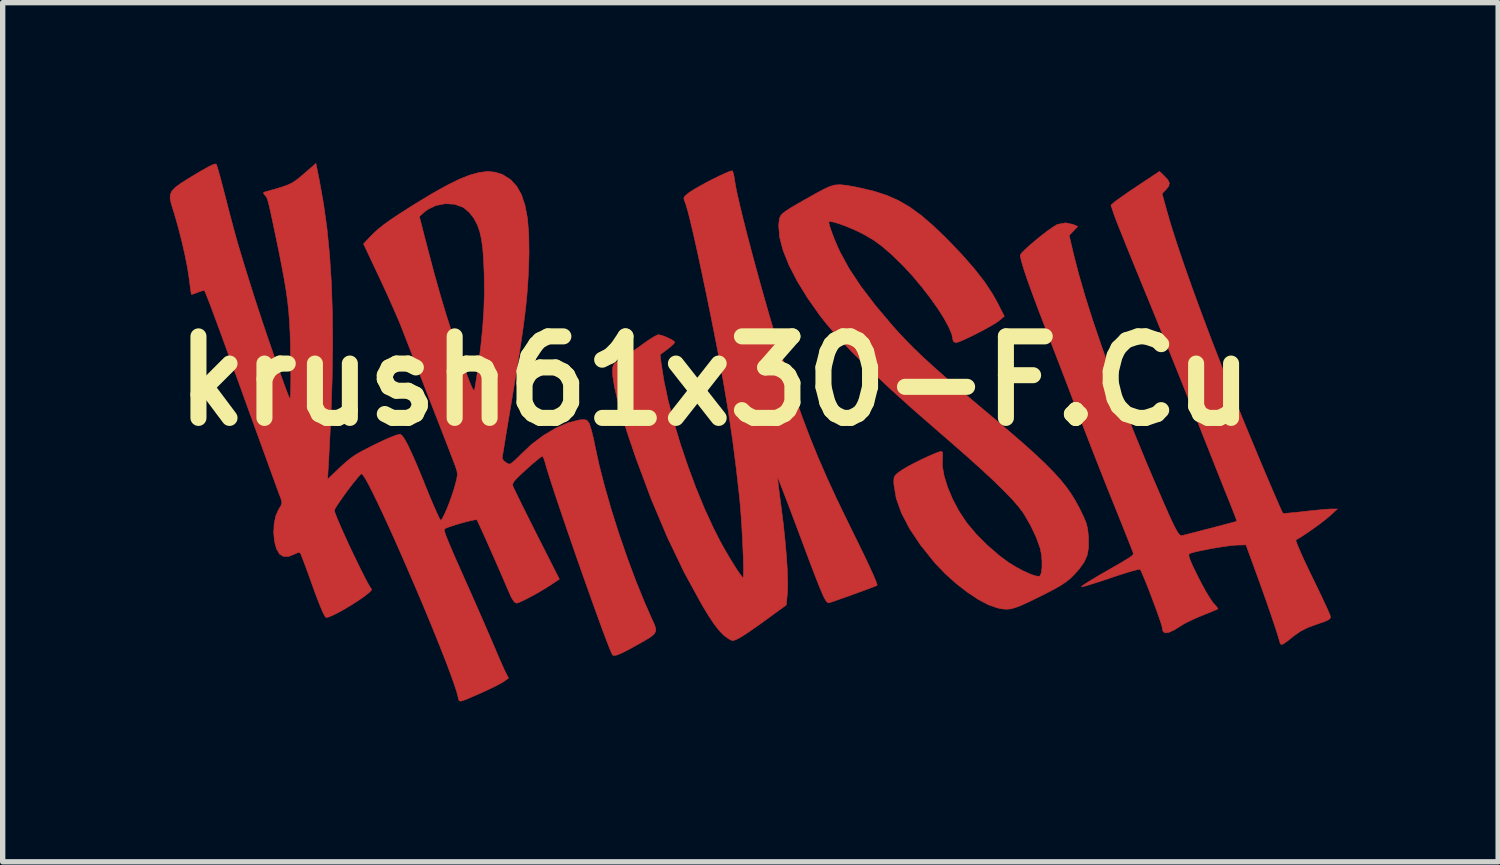
<source format=kicad_pcb>
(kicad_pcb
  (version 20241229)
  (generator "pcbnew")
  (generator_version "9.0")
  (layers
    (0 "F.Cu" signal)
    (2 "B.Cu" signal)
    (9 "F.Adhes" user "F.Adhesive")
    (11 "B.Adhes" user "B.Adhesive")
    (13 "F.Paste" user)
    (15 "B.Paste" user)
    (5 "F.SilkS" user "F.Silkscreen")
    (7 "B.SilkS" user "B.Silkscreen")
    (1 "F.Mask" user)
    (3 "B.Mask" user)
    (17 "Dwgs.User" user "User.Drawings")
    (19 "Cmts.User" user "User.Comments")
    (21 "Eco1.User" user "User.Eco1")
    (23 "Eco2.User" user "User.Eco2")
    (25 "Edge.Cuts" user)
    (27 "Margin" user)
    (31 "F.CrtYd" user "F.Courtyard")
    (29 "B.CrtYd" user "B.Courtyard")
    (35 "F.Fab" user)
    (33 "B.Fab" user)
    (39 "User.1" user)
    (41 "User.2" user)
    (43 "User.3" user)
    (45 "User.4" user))
  (footprint "krush61x30-F.Cu"
    (layer "F.Cu")
    (at 10.312 4.073)
    (property "Reference" "krush61x30-F.Cu" (at 0 0 0) (layer "F.SilkS") (effects (font (size 1.524 1.524) (thickness 0.3))))
    (attr through_hole)
    (fp_poly (pts (xy 0.328 -3.93) (xy 0.344 -3.895) (xy 0.362 -3.818) (xy 0.373 -3.743) (xy 0.392 -3.63) (xy 0.426 -3.467) (xy 0.474 -3.26) (xy 0.533 -3.018) (xy 0.602 -2.747) (xy 0.678 -2.455) (xy 0.761 -2.147) (xy 0.847 -1.833) (xy 0.936 -1.518) (xy 1.024 -1.21) (xy 1.112 -0.916) (xy 1.181 -0.687) (xy 1.337 -0.196) (xy 1.484 0.249) (xy 1.63 0.66) (xy 1.777 1.05) (xy 1.932 1.43) (xy 2.099 1.814) (xy 2.283 2.213) (xy 2.49 2.64) (xy 2.57 2.804) (xy 2.7 3.067) (xy 2.811 3.296) (xy 2.901 3.488) (xy 2.97 3.64) (xy 3.015 3.748) (xy 3.035 3.808) (xy 3.034 3.82) (xy 2.999 3.835) (xy 2.919 3.866) (xy 2.807 3.908) (xy 2.674 3.956) (xy 2.533 4.008) (xy 2.394 4.057) (xy 2.271 4.101) (xy 2.176 4.134) (xy 2.146 4.143) (xy 2.127 4.146) (xy 2.108 4.14) (xy 2.087 4.118) (xy 2.061 4.078) (xy 2.029 4.015) (xy 1.989 3.923) (xy 1.938 3.799) (xy 1.875 3.637) (xy 1.797 3.434) (xy 1.703 3.184) (xy 1.59 2.882) (xy 1.583 2.862) (xy 1.493 2.624) (xy 1.411 2.405) (xy 1.337 2.211) (xy 1.274 2.047) (xy 1.225 1.921) (xy 1.192 1.838) (xy 1.176 1.803) (xy 1.176 1.803) (xy 1.177 1.834) (xy 1.185 1.914) (xy 1.199 2.035) (xy 1.219 2.187) (xy 1.242 2.361) (xy 1.282 2.677) (xy 1.314 2.983) (xy 1.339 3.269) (xy 1.356 3.528) (xy 1.363 3.749) (xy 1.36 3.923) (xy 1.356 3.983) (xy 1.337 4.186) (xy 0.982 4.446) (xy 0.842 4.547) (xy 0.707 4.642) (xy 0.589 4.722) (xy 0.501 4.778) (xy 0.485 4.788) (xy 0.401 4.833) (xy 0.349 4.852) (xy 0.306 4.845) (xy 0.253 4.815) (xy 0.253 4.815) (xy 0.169 4.753) (xy 0.084 4.666) (xy -0.01 4.546) (xy -0.117 4.385) (xy -0.234 4.192) (xy -0.565 3.588) (xy -0.883 2.927) (xy -1.186 2.21) (xy -1.475 1.437) (xy -1.627 0.99) (xy -1.737 0.641) (xy -1.82 0.345) (xy -1.876 0.101) (xy -1.906 -0.089) (xy -1.911 -0.179) (xy -1.908 -0.254) (xy -1.892 -0.304) (xy -1.851 -0.346) (xy -1.772 -0.398) (xy -1.748 -0.412) (xy -1.649 -0.476) (xy -1.524 -0.561) (xy -1.394 -0.653) (xy -1.345 -0.689) (xy -1.238 -0.764) (xy -1.144 -0.824) (xy -1.076 -0.859) (xy -1.053 -0.866) (xy -0.994 -0.854) (xy -0.914 -0.825) (xy -0.834 -0.787) (xy -0.771 -0.751) (xy -0.747 -0.724) (xy -0.769 -0.694) (xy -0.826 -0.641) (xy -0.884 -0.596) (xy -1.021 -0.493) (xy -1.002 -0.329) (xy -0.95 -0.002) (xy -0.872 0.363) (xy -0.769 0.757) (xy -0.646 1.167) (xy -0.506 1.583) (xy -0.354 1.992) (xy -0.193 2.384) (xy -0.026 2.747) (xy 0.095 2.985) (xy 0.174 3.129) (xy 0.258 3.273) (xy 0.34 3.408) (xy 0.414 3.525) (xy 0.475 3.614) (xy 0.516 3.666) (xy 0.529 3.676) (xy 0.536 3.647) (xy 0.538 3.568) (xy 0.537 3.448) (xy 0.533 3.294) (xy 0.526 3.117) (xy 0.517 2.925) (xy 0.506 2.727) (xy 0.493 2.532) (xy 0.479 2.348) (xy 0.464 2.186) (xy 0.462 2.166) (xy 0.401 1.626) (xy 0.333 1.097) (xy 0.254 0.565) (xy 0.162 0.018) (xy 0.057 -0.559) (xy -0.057 -1.138) (xy -0.156 -1.623) (xy -0.246 -2.05) (xy -0.325 -2.418) (xy -0.394 -2.728) (xy -0.453 -2.979) (xy -0.502 -3.172) (xy -0.541 -3.305) (xy -0.57 -3.38) (xy -0.57 -3.382) (xy -0.579 -3.42) (xy -0.554 -3.461) (xy -0.487 -3.517) (xy -0.471 -3.528) (xy -0.394 -3.578) (xy -0.287 -3.64) (xy -0.163 -3.708) (xy -0.033 -3.775) (xy 0.093 -3.837) (xy 0.202 -3.887) (xy 0.283 -3.921) (xy 0.326 -3.931) (xy 0.328 -3.93)) (stroke (width 0.01) (type solid)) (fill yes) (layer "F.Cu"))
    (fp_poly (pts (xy 2.461 -3.658) (xy 2.615 -3.631) (xy 2.698 -3.614) (xy 2.971 -3.55) (xy 3.213 -3.472) (xy 3.435 -3.374) (xy 3.648 -3.25) (xy 3.862 -3.094) (xy 4.087 -2.9) (xy 4.334 -2.662) (xy 4.334 -2.662) (xy 4.615 -2.37) (xy 4.849 -2.103) (xy 5.041 -1.857) (xy 5.195 -1.624) (xy 5.292 -1.449) (xy 5.413 -1.21) (xy 5.317 -1.13) (xy 5.252 -1.084) (xy 5.151 -1.024) (xy 5.028 -0.956) (xy 4.894 -0.886) (xy 4.762 -0.821) (xy 4.645 -0.767) (xy 4.555 -0.73) (xy 4.505 -0.717) (xy 4.46 -0.741) (xy 4.452 -0.773) (xy 4.432 -0.874) (xy 4.375 -1.009) (xy 4.286 -1.172) (xy 4.17 -1.355) (xy 4.031 -1.551) (xy 3.876 -1.752) (xy 3.71 -1.951) (xy 3.536 -2.14) (xy 3.506 -2.171) (xy 3.31 -2.362) (xy 3.135 -2.513) (xy 2.968 -2.636) (xy 2.795 -2.738) (xy 2.704 -2.784) (xy 2.573 -2.844) (xy 2.44 -2.899) (xy 2.317 -2.943) (xy 2.217 -2.973) (xy 2.152 -2.985) (xy 2.134 -2.981) (xy 2.135 -2.945) (xy 2.157 -2.867) (xy 2.195 -2.759) (xy 2.244 -2.633) (xy 2.3 -2.501) (xy 2.343 -2.41) (xy 2.51 -2.103) (xy 2.73 -1.771) (xy 3.003 -1.413) (xy 3.326 -1.03) (xy 3.43 -0.914) (xy 3.567 -0.768) (xy 3.717 -0.616) (xy 3.886 -0.453) (xy 4.08 -0.276) (xy 4.303 -0.078) (xy 4.561 0.144) (xy 4.86 0.396) (xy 4.98 0.497) (xy 5.301 0.767) (xy 5.579 1.004) (xy 5.819 1.213) (xy 6.023 1.398) (xy 6.196 1.563) (xy 6.342 1.712) (xy 6.466 1.85) (xy 6.571 1.98) (xy 6.661 2.107) (xy 6.74 2.236) (xy 6.813 2.369) (xy 6.835 2.413) (xy 6.9 2.549) (xy 6.942 2.652) (xy 6.967 2.745) (xy 6.98 2.848) (xy 6.987 2.942) (xy 6.987 3.115) (xy 6.962 3.257) (xy 6.905 3.386) (xy 6.811 3.517) (xy 6.711 3.627) (xy 6.642 3.694) (xy 6.568 3.754) (xy 6.478 3.814) (xy 6.363 3.881) (xy 6.21 3.961) (xy 6.067 4.033) (xy 5.88 4.124) (xy 5.736 4.19) (xy 5.624 4.234) (xy 5.533 4.259) (xy 5.453 4.266) (xy 5.374 4.26) (xy 5.285 4.242) (xy 5.278 4.24) (xy 5.114 4.182) (xy 4.925 4.082) (xy 4.723 3.948) (xy 4.515 3.787) (xy 4.314 3.607) (xy 4.128 3.414) (xy 4.104 3.386) (xy 3.848 3.067) (xy 3.643 2.76) (xy 3.491 2.469) (xy 3.393 2.195) (xy 3.35 1.94) (xy 3.347 1.875) (xy 3.351 1.812) (xy 3.371 1.766) (xy 3.418 1.721) (xy 3.503 1.662) (xy 3.519 1.652) (xy 3.614 1.596) (xy 3.734 1.532) (xy 3.865 1.467) (xy 3.995 1.407) (xy 4.109 1.357) (xy 4.196 1.325) (xy 4.236 1.315) (xy 4.26 1.335) (xy 4.26 1.401) (xy 4.256 1.427) (xy 4.254 1.586) (xy 4.288 1.777) (xy 4.354 1.99) (xy 4.448 2.212) (xy 4.565 2.432) (xy 4.702 2.639) (xy 4.719 2.662) (xy 4.891 2.866) (xy 5.097 3.072) (xy 5.315 3.261) (xy 5.495 3.394) (xy 5.629 3.476) (xy 5.762 3.548) (xy 5.886 3.604) (xy 5.988 3.641) (xy 6.057 3.652) (xy 6.079 3.645) (xy 6.105 3.587) (xy 6.118 3.487) (xy 6.118 3.364) (xy 6.106 3.234) (xy 6.082 3.121) (xy 6.009 2.92) (xy 5.907 2.704) (xy 5.789 2.499) (xy 5.757 2.45) (xy 5.672 2.339) (xy 5.556 2.206) (xy 5.406 2.051) (xy 5.22 1.869) (xy 4.995 1.66) (xy 4.73 1.421) (xy 4.42 1.15) (xy 4.184 0.945) (xy 3.714 0.536) (xy 3.293 0.157) (xy 2.921 -0.193) (xy 2.597 -0.512) (xy 2.323 -0.8) (xy 2.098 -1.058) (xy 1.966 -1.225) (xy 1.732 -1.557) (xy 1.539 -1.873) (xy 1.387 -2.168) (xy 1.278 -2.441) (xy 1.213 -2.687) (xy 1.195 -2.904) (xy 1.207 -3.023) (xy 1.217 -3.059) (xy 1.235 -3.094) (xy 1.267 -3.13) (xy 1.32 -3.172) (xy 1.4 -3.225) (xy 1.513 -3.292) (xy 1.664 -3.379) (xy 1.861 -3.489) (xy 1.912 -3.518) (xy 2.045 -3.589) (xy 2.151 -3.637) (xy 2.245 -3.664) (xy 2.343 -3.67) (xy 2.461 -3.658)) (stroke (width 0.01) (type solid)) (fill yes) (layer "F.Cu"))
    (fp_poly (pts (xy 8.388 -3.85) (xy 8.467 -3.766) (xy 8.499 -3.701) (xy 8.486 -3.642) (xy 8.442 -3.586) (xy 8.362 -3.503) (xy 8.439 -3.223) (xy 8.525 -2.925) (xy 8.636 -2.577) (xy 8.769 -2.183) (xy 8.923 -1.746) (xy 9.097 -1.272) (xy 9.288 -0.764) (xy 9.497 -0.226) (xy 9.713 0.322) (xy 9.788 0.506) (xy 9.872 0.712) (xy 9.963 0.932) (xy 10.058 1.161) (xy 10.154 1.392) (xy 10.248 1.616) (xy 10.338 1.829) (xy 10.421 2.023) (xy 10.493 2.19) (xy 10.552 2.325) (xy 10.595 2.421) (xy 10.619 2.47) (xy 10.623 2.474) (xy 10.654 2.475) (xy 10.733 2.468) (xy 10.85 2.457) (xy 10.992 2.442) (xy 11.031 2.437) (xy 11.189 2.42) (xy 11.334 2.406) (xy 11.452 2.396) (xy 11.528 2.392) (xy 11.535 2.392) (xy 11.639 2.393) (xy 11.49 2.528) (xy 11.41 2.594) (xy 11.305 2.675) (xy 11.187 2.761) (xy 11.07 2.842) (xy 10.967 2.91) (xy 10.891 2.956) (xy 10.864 2.968) (xy 10.868 2.997) (xy 10.896 3.072) (xy 10.945 3.187) (xy 11.011 3.335) (xy 11.093 3.509) (xy 11.168 3.664) (xy 11.26 3.852) (xy 11.343 4.026) (xy 11.413 4.176) (xy 11.467 4.294) (xy 11.501 4.374) (xy 11.511 4.404) (xy 11.506 4.434) (xy 11.474 4.463) (xy 11.406 4.494) (xy 11.293 4.534) (xy 11.252 4.548) (xy 11.084 4.609) (xy 10.95 4.678) (xy 10.824 4.766) (xy 10.804 4.782) (xy 10.702 4.864) (xy 10.635 4.911) (xy 10.595 4.926) (xy 10.574 4.914) (xy 10.567 4.893) (xy 10.532 4.772) (xy 10.478 4.604) (xy 10.408 4.395) (xy 10.325 4.154) (xy 10.231 3.888) (xy 10.165 3.705) (xy 9.931 3.063) (xy 9.769 3.066) (xy 9.677 3.073) (xy 9.551 3.089) (xy 9.406 3.111) (xy 9.254 3.138) (xy 9.111 3.166) (xy 8.99 3.192) (xy 8.905 3.215) (xy 8.874 3.228) (xy 8.862 3.248) (xy 8.867 3.288) (xy 8.891 3.357) (xy 8.937 3.462) (xy 9.009 3.609) (xy 9.031 3.654) (xy 9.109 3.805) (xy 9.186 3.944) (xy 9.256 4.059) (xy 9.309 4.137) (xy 9.323 4.153) (xy 9.376 4.213) (xy 9.405 4.253) (xy 9.406 4.26) (xy 9.377 4.273) (xy 9.304 4.304) (xy 9.2 4.347) (xy 9.12 4.379) (xy 8.988 4.434) (xy 8.865 4.492) (xy 8.77 4.541) (xy 8.739 4.56) (xy 8.593 4.652) (xy 8.485 4.701) (xy 8.414 4.708) (xy 8.376 4.673) (xy 8.367 4.618) (xy 8.357 4.572) (xy 8.328 4.481) (xy 8.285 4.358) (xy 8.232 4.213) (xy 8.174 4.058) (xy 8.115 3.903) (xy 8.059 3.761) (xy 8.009 3.642) (xy 7.972 3.557) (xy 7.951 3.519) (xy 7.918 3.522) (xy 7.838 3.542) (xy 7.72 3.576) (xy 7.573 3.622) (xy 7.406 3.678) (xy 7.401 3.68) (xy 7.234 3.736) (xy 7.086 3.783) (xy 6.968 3.82) (xy 6.888 3.841) (xy 6.855 3.847) (xy 6.855 3.846) (xy 6.874 3.827) (xy 6.937 3.784) (xy 7.036 3.722) (xy 7.163 3.646) (xy 7.267 3.586) (xy 7.453 3.479) (xy 7.593 3.398) (xy 7.693 3.338) (xy 7.761 3.295) (xy 7.801 3.265) (xy 7.82 3.244) (xy 7.825 3.226) (xy 7.821 3.209) (xy 7.819 3.202) (xy 7.804 3.163) (xy 7.77 3.076) (xy 7.719 2.947) (xy 7.654 2.784) (xy 7.578 2.593) (xy 7.493 2.382) (xy 7.442 2.256) (xy 7.334 1.987) (xy 7.216 1.689) (xy 7.094 1.379) (xy 6.976 1.076) (xy 6.867 0.794) (xy 6.78 0.568) (xy 6.681 0.309) (xy 6.571 0.02) (xy 6.456 -0.28) (xy 6.343 -0.572) (xy 6.241 -0.837) (xy 6.195 -0.956) (xy 6.055 -1.32) (xy 5.939 -1.63) (xy 5.847 -1.885) (xy 5.779 -2.086) (xy 5.735 -2.233) (xy 5.714 -2.327) (xy 5.713 -2.358) (xy 5.739 -2.396) (xy 5.804 -2.461) (xy 5.895 -2.543) (xy 6.003 -2.635) (xy 6.118 -2.728) (xy 6.228 -2.812) (xy 6.324 -2.879) (xy 6.394 -2.922) (xy 6.408 -2.928) (xy 6.559 -2.957) (xy 6.701 -2.926) (xy 6.708 -2.923) (xy 6.785 -2.888) (xy 6.625 -2.722) (xy 6.708 -2.369) (xy 6.804 -1.997) (xy 6.925 -1.579) (xy 7.07 -1.122) (xy 7.237 -0.632) (xy 7.422 -0.116) (xy 7.624 0.419) (xy 7.84 0.967) (xy 8.068 1.521) (xy 8.162 1.742) (xy 8.284 2.027) (xy 8.385 2.261) (xy 8.468 2.45) (xy 8.535 2.598) (xy 8.589 2.71) (xy 8.631 2.79) (xy 8.664 2.843) (xy 8.691 2.874) (xy 8.714 2.888) (xy 8.735 2.889) (xy 8.739 2.889) (xy 8.822 2.868) (xy 8.939 2.838) (xy 9.078 2.802) (xy 9.229 2.763) (xy 9.379 2.724) (xy 9.519 2.687) (xy 9.636 2.656) (xy 9.719 2.633) (xy 9.758 2.622) (xy 9.76 2.621) (xy 9.752 2.593) (xy 9.725 2.52) (xy 9.684 2.414) (xy 9.633 2.286) (xy 9.594 2.188) (xy 9.535 2.043) (xy 9.461 1.857) (xy 9.374 1.638) (xy 9.277 1.393) (xy 9.173 1.132) (xy 9.065 0.859) (xy 8.997 0.687) (xy 8.868 0.364) (xy 8.725 0.006) (xy 8.573 -0.372) (xy 8.418 -0.756) (xy 8.267 -1.129) (xy 8.125 -1.476) (xy 8.001 -1.778) (xy 7.895 -2.036) (xy 7.795 -2.283) (xy 7.702 -2.51) (xy 7.621 -2.713) (xy 7.552 -2.884) (xy 7.5 -3.017) (xy 7.467 -3.105) (xy 7.458 -3.131) (xy 7.406 -3.288) (xy 7.475 -3.348) (xy 7.524 -3.385) (xy 7.613 -3.448) (xy 7.729 -3.529) (xy 7.864 -3.62) (xy 7.929 -3.664) (xy 8.314 -3.919) (xy 8.388 -3.85)) (stroke (width 0.01) (type solid)) (fill yes) (layer "F.Cu"))
    (fp_poly (pts (xy -7.391 -3.745) (xy -7.313 -3.308) (xy -7.249 -2.847) (xy -7.201 -2.357) (xy -7.167 -1.834) (xy -7.148 -1.274) (xy -7.143 -0.674) (xy -7.153 -0.027) (xy -7.176 0.668) (xy -7.214 1.417) (xy -7.219 1.509) (xy -7.239 1.838) (xy -7.004 1.614) (xy -6.901 1.52) (xy -6.807 1.443) (xy -6.708 1.375) (xy -6.588 1.306) (xy -6.434 1.227) (xy -6.346 1.183) (xy -6.186 1.107) (xy -6.05 1.048) (xy -5.948 1.009) (xy -5.887 0.994) (xy -5.877 0.995) (xy -5.841 1.025) (xy -5.794 1.094) (xy -5.734 1.204) (xy -5.661 1.36) (xy -5.572 1.563) (xy -5.466 1.818) (xy -5.394 1.997) (xy -5.322 2.174) (xy -5.255 2.331) (xy -5.198 2.46) (xy -5.155 2.552) (xy -5.128 2.6) (xy -5.122 2.606) (xy -5.098 2.58) (xy -5.061 2.509) (xy -5.014 2.406) (xy -4.964 2.28) (xy -4.916 2.146) (xy -4.872 2.013) (xy -4.849 1.93) (xy -4.822 1.822) (xy -4.812 1.749) (xy -4.819 1.684) (xy -4.844 1.605) (xy -4.861 1.56) (xy -4.885 1.497) (xy -4.928 1.385) (xy -4.987 1.231) (xy -5.06 1.043) (xy -5.144 0.827) (xy -5.236 0.59) (xy -5.334 0.339) (xy -5.434 0.082) (xy -5.534 -0.175) (xy -5.631 -0.425) (xy -5.723 -0.661) (xy -5.806 -0.875) (xy -5.861 -1.016) (xy -5.912 -1.139) (xy -5.983 -1.303) (xy -6.067 -1.494) (xy -6.159 -1.697) (xy -6.253 -1.9) (xy -6.275 -1.947) (xy -6.566 -2.564) (xy -6.458 -2.68) (xy -6.375 -2.764) (xy -6.285 -2.845) (xy -6.178 -2.93) (xy -6.046 -3.024) (xy -5.968 -3.076) (xy -5.523 -3.076) (xy -5.375 -2.502) (xy -5.252 -2.036) (xy -5.134 -1.616) (xy -5.019 -1.232) (xy -4.902 -0.87) (xy -4.78 -0.518) (xy -4.761 -0.463) (xy -4.683 -0.25) (xy -4.623 -0.088) (xy -4.577 0.03) (xy -4.544 0.108) (xy -4.521 0.154) (xy -4.505 0.173) (xy -4.495 0.172) (xy -4.486 0.139) (xy -4.472 0.058) (xy -4.453 -0.06) (xy -4.432 -0.204) (xy -4.424 -0.257) (xy -4.374 -0.648) (xy -4.339 -0.997) (xy -4.317 -1.32) (xy -4.307 -1.631) (xy -4.31 -1.948) (xy -4.311 -2.013) (xy -4.322 -2.274) (xy -4.338 -2.485) (xy -4.362 -2.656) (xy -4.394 -2.797) (xy -4.438 -2.918) (xy -4.495 -3.028) (xy -4.507 -3.048) (xy -4.584 -3.146) (xy -4.677 -3.229) (xy -4.708 -3.249) (xy -4.863 -3.305) (xy -5.037 -3.315) (xy -5.211 -3.282) (xy -5.368 -3.207) (xy -5.422 -3.165) (xy -5.523 -3.076) (xy -5.968 -3.076) (xy -5.882 -3.133) (xy -5.678 -3.263) (xy -5.588 -3.319) (xy -5.279 -3.506) (xy -5.011 -3.656) (xy -4.779 -3.771) (xy -4.577 -3.851) (xy -4.402 -3.899) (xy -4.247 -3.917) (xy -4.11 -3.905) (xy -3.983 -3.866) (xy -3.955 -3.853) (xy -3.817 -3.764) (xy -3.703 -3.642) (xy -3.613 -3.482) (xy -3.547 -3.282) (xy -3.501 -3.037) (xy -3.477 -2.744) (xy -3.472 -2.4) (xy -3.477 -2.196) (xy -3.485 -1.997) (xy -3.497 -1.805) (xy -3.511 -1.614) (xy -3.53 -1.417) (xy -3.555 -1.204) (xy -3.586 -0.97) (xy -3.624 -0.706) (xy -3.671 -0.405) (xy -3.727 -0.059) (xy -3.782 0.273) (xy -3.824 0.528) (xy -3.864 0.764) (xy -3.899 0.976) (xy -3.928 1.155) (xy -3.951 1.297) (xy -3.967 1.394) (xy -3.974 1.441) (xy -3.974 1.444) (xy -3.952 1.483) (xy -3.9 1.527) (xy -3.848 1.553) (xy -3.837 1.554) (xy -3.798 1.533) (xy -3.732 1.478) (xy -3.65 1.4) (xy -3.623 1.371) (xy -3.422 1.182) (xy -3.201 1.016) (xy -2.971 0.88) (xy -2.745 0.782) (xy -2.535 0.729) (xy -2.53 0.728) (xy -2.444 0.721) (xy -2.394 0.733) (xy -2.359 0.771) (xy -2.353 0.781) (xy -2.33 0.838) (xy -2.301 0.939) (xy -2.269 1.069) (xy -2.243 1.195) (xy -2.164 1.562) (xy -2.06 1.967) (xy -1.936 2.399) (xy -1.795 2.845) (xy -1.642 3.29) (xy -1.481 3.723) (xy -1.316 4.13) (xy -1.182 4.435) (xy -1.133 4.541) (xy -1.106 4.619) (xy -1.104 4.679) (xy -1.134 4.731) (xy -1.2 4.785) (xy -1.307 4.851) (xy -1.434 4.923) (xy -1.61 5.02) (xy -1.741 5.086) (xy -1.832 5.123) (xy -1.888 5.131) (xy -1.91 5.122) (xy -1.931 5.081) (xy -1.969 4.99) (xy -2.022 4.853) (xy -2.088 4.679) (xy -2.164 4.471) (xy -2.249 4.237) (xy -2.34 3.982) (xy -2.436 3.713) (xy -2.534 3.434) (xy -2.632 3.153) (xy -2.728 2.875) (xy -2.82 2.607) (xy -2.906 2.353) (xy -2.984 2.121) (xy -3.051 1.916) (xy -3.106 1.744) (xy -3.147 1.611) (xy -3.169 1.531) (xy -3.193 1.455) (xy -3.216 1.409) (xy -3.224 1.404) (xy -3.255 1.423) (xy -3.32 1.475) (xy -3.411 1.551) (xy -3.517 1.645) (xy -3.522 1.65) (xy -3.641 1.759) (xy -3.719 1.837) (xy -3.763 1.893) (xy -3.779 1.934) (xy -3.777 1.956) (xy -3.759 1.997) (xy -3.718 2.084) (xy -3.656 2.211) (xy -3.578 2.37) (xy -3.486 2.554) (xy -3.384 2.757) (xy -3.332 2.861) (xy -2.905 3.704) (xy -3.061 3.808) (xy -3.183 3.885) (xy -3.315 3.963) (xy -3.446 4.035) (xy -3.563 4.095) (xy -3.654 4.137) (xy -3.707 4.153) (xy -3.709 4.153) (xy -3.751 4.126) (xy -3.799 4.052) (xy -3.818 4.012) (xy -3.907 3.807) (xy -3.998 3.596) (xy -4.089 3.388) (xy -4.177 3.189) (xy -4.257 3.007) (xy -4.328 2.85) (xy -4.385 2.724) (xy -4.426 2.636) (xy -4.447 2.595) (xy -4.448 2.593) (xy -4.482 2.594) (xy -4.557 2.609) (xy -4.66 2.634) (xy -4.774 2.666) (xy -4.885 2.7) (xy -4.979 2.732) (xy -5.039 2.757) (xy -5.044 2.761) (xy -5.053 2.77) (xy -5.055 2.789) (xy -5.049 2.821) (xy -5.032 2.873) (xy -5.003 2.948) (xy -4.96 3.053) (xy -4.901 3.192) (xy -4.823 3.37) (xy -4.724 3.592) (xy -4.604 3.864) (xy -4.596 3.88) (xy -4.501 4.095) (xy -4.403 4.318) (xy -4.308 4.535) (xy -4.223 4.732) (xy -4.153 4.894) (xy -4.133 4.941) (xy -4.068 5.093) (xy -4.007 5.235) (xy -3.955 5.353) (xy -3.918 5.432) (xy -3.912 5.444) (xy -3.855 5.554) (xy -3.944 5.617) (xy -4.007 5.655) (xy -4.11 5.709) (xy -4.237 5.77) (xy -4.339 5.817) (xy -4.503 5.889) (xy -4.62 5.94) (xy -4.699 5.971) (xy -4.747 5.984) (xy -4.774 5.979) (xy -4.787 5.959) (xy -4.794 5.926) (xy -4.798 5.908) (xy -4.827 5.799) (xy -4.877 5.649) (xy -4.944 5.462) (xy -5.026 5.244) (xy -5.122 5) (xy -5.228 4.735) (xy -5.343 4.454) (xy -5.464 4.163) (xy -5.59 3.867) (xy -5.718 3.57) (xy -5.845 3.278) (xy -5.969 2.997) (xy -6.089 2.731) (xy -6.202 2.486) (xy -6.306 2.266) (xy -6.398 2.077) (xy -6.476 1.924) (xy -6.539 1.813) (xy -6.583 1.748) (xy -6.603 1.733) (xy -6.632 1.756) (xy -6.686 1.818) (xy -6.758 1.907) (xy -6.84 2.013) (xy -6.923 2.126) (xy -6.999 2.234) (xy -7.062 2.326) (xy -7.101 2.392) (xy -7.112 2.419) (xy -7.099 2.466) (xy -7.064 2.556) (xy -7.011 2.682) (xy -6.944 2.833) (xy -6.868 3.001) (xy -6.786 3.176) (xy -6.702 3.351) (xy -6.622 3.515) (xy -6.549 3.66) (xy -6.488 3.776) (xy -6.442 3.856) (xy -6.417 3.889) (xy -6.422 3.915) (xy -6.47 3.962) (xy -6.552 4.026) (xy -6.659 4.1) (xy -6.78 4.178) (xy -6.906 4.254) (xy -7.028 4.323) (xy -7.135 4.377) (xy -7.22 4.412) (xy -7.266 4.422) (xy -7.29 4.394) (xy -7.331 4.313) (xy -7.385 4.183) (xy -7.453 4.009) (xy -7.515 3.837) (xy -7.579 3.66) (xy -7.637 3.5) (xy -7.686 3.369) (xy -7.723 3.273) (xy -7.743 3.222) (xy -7.746 3.218) (xy -7.778 3.202) (xy -7.84 3.227) (xy -7.855 3.235) (xy -7.969 3.28) (xy -8.069 3.277) (xy -8.136 3.235) (xy -8.194 3.134) (xy -8.23 2.995) (xy -8.245 2.834) (xy -8.237 2.67) (xy -8.206 2.52) (xy -8.153 2.401) (xy -8.108 2.328) (xy -8.092 2.277) (xy -8.103 2.219) (xy -8.128 2.151) (xy -8.149 2.097) (xy -8.187 1.993) (xy -8.241 1.845) (xy -8.309 1.658) (xy -8.389 1.437) (xy -8.479 1.189) (xy -8.577 0.92) (xy -8.68 0.635) (xy -8.723 0.518) (xy -8.886 0.065) (xy -9.03 -0.332) (xy -9.156 -0.676) (xy -9.262 -0.967) (xy -9.351 -1.207) (xy -9.422 -1.398) (xy -9.477 -1.54) (xy -9.515 -1.635) (xy -9.536 -1.684) (xy -9.541 -1.692) (xy -9.573 -1.689) (xy -9.64 -1.668) (xy -9.666 -1.657) (xy -9.737 -1.63) (xy -9.78 -1.619) (xy -9.784 -1.619) (xy -9.79 -1.651) (xy -9.802 -1.729) (xy -9.816 -1.839) (xy -9.825 -1.912) (xy -9.856 -2.113) (xy -9.903 -2.352) (xy -9.962 -2.61) (xy -10.028 -2.868) (xy -10.097 -3.109) (xy -10.122 -3.189) (xy -10.16 -3.312) (xy -10.181 -3.408) (xy -10.179 -3.485) (xy -10.149 -3.552) (xy -10.086 -3.619) (xy -9.984 -3.694) (xy -9.84 -3.785) (xy -9.741 -3.845) (xy -9.576 -3.943) (xy -9.456 -4.01) (xy -9.376 -4.048) (xy -9.33 -4.058) (xy -9.317 -4.051) (xy -9.303 -4.012) (xy -9.277 -3.923) (xy -9.242 -3.796) (xy -9.2 -3.638) (xy -9.154 -3.46) (xy -9.143 -3.418) (xy -9.086 -3.194) (xy -9.036 -3.005) (xy -8.992 -2.84) (xy -8.95 -2.686) (xy -8.906 -2.532) (xy -8.856 -2.367) (xy -8.799 -2.178) (xy -8.729 -1.953) (xy -8.66 -1.733) (xy -8.599 -1.54) (xy -8.529 -1.326) (xy -8.454 -1.098) (xy -8.375 -0.864) (xy -8.295 -0.631) (xy -8.217 -0.406) (xy -8.144 -0.199) (xy -8.078 -0.015) (xy -8.022 0.138) (xy -7.979 0.251) (xy -7.951 0.318) (xy -7.945 0.329) (xy -7.936 0.314) (xy -7.93 0.243) (xy -7.927 0.117) (xy -7.925 -0.06) (xy -7.927 -0.287) (xy -7.929 -0.448) (xy -7.933 -0.698) (xy -7.94 -0.919) (xy -7.951 -1.12) (xy -7.966 -1.313) (xy -7.987 -1.505) (xy -8.016 -1.707) (xy -8.053 -1.928) (xy -8.1 -2.178) (xy -8.157 -2.466) (xy -8.227 -2.802) (xy -8.232 -2.825) (xy -8.274 -3.026) (xy -8.307 -3.177) (xy -8.332 -3.286) (xy -8.351 -3.361) (xy -8.367 -3.41) (xy -8.382 -3.441) (xy -8.399 -3.463) (xy -8.414 -3.479) (xy -8.44 -3.515) (xy -8.416 -3.533) (xy -8.405 -3.537) (xy -8.223 -3.587) (xy -8.087 -3.628) (xy -7.985 -3.665) (xy -7.904 -3.703) (xy -7.833 -3.749) (xy -7.758 -3.807) (xy -7.68 -3.874) (xy -7.456 -4.068) (xy -7.391 -3.745)) (stroke (width 0.01) (type solid)) (fill yes) (layer "F.Cu")))
  (gr_rect
    (start -3 -3)
    (end 24.957 13.061)
    (stroke (width 0.1) (type default))
    (fill no)
    (layer "Edge.Cuts")))
</source>
